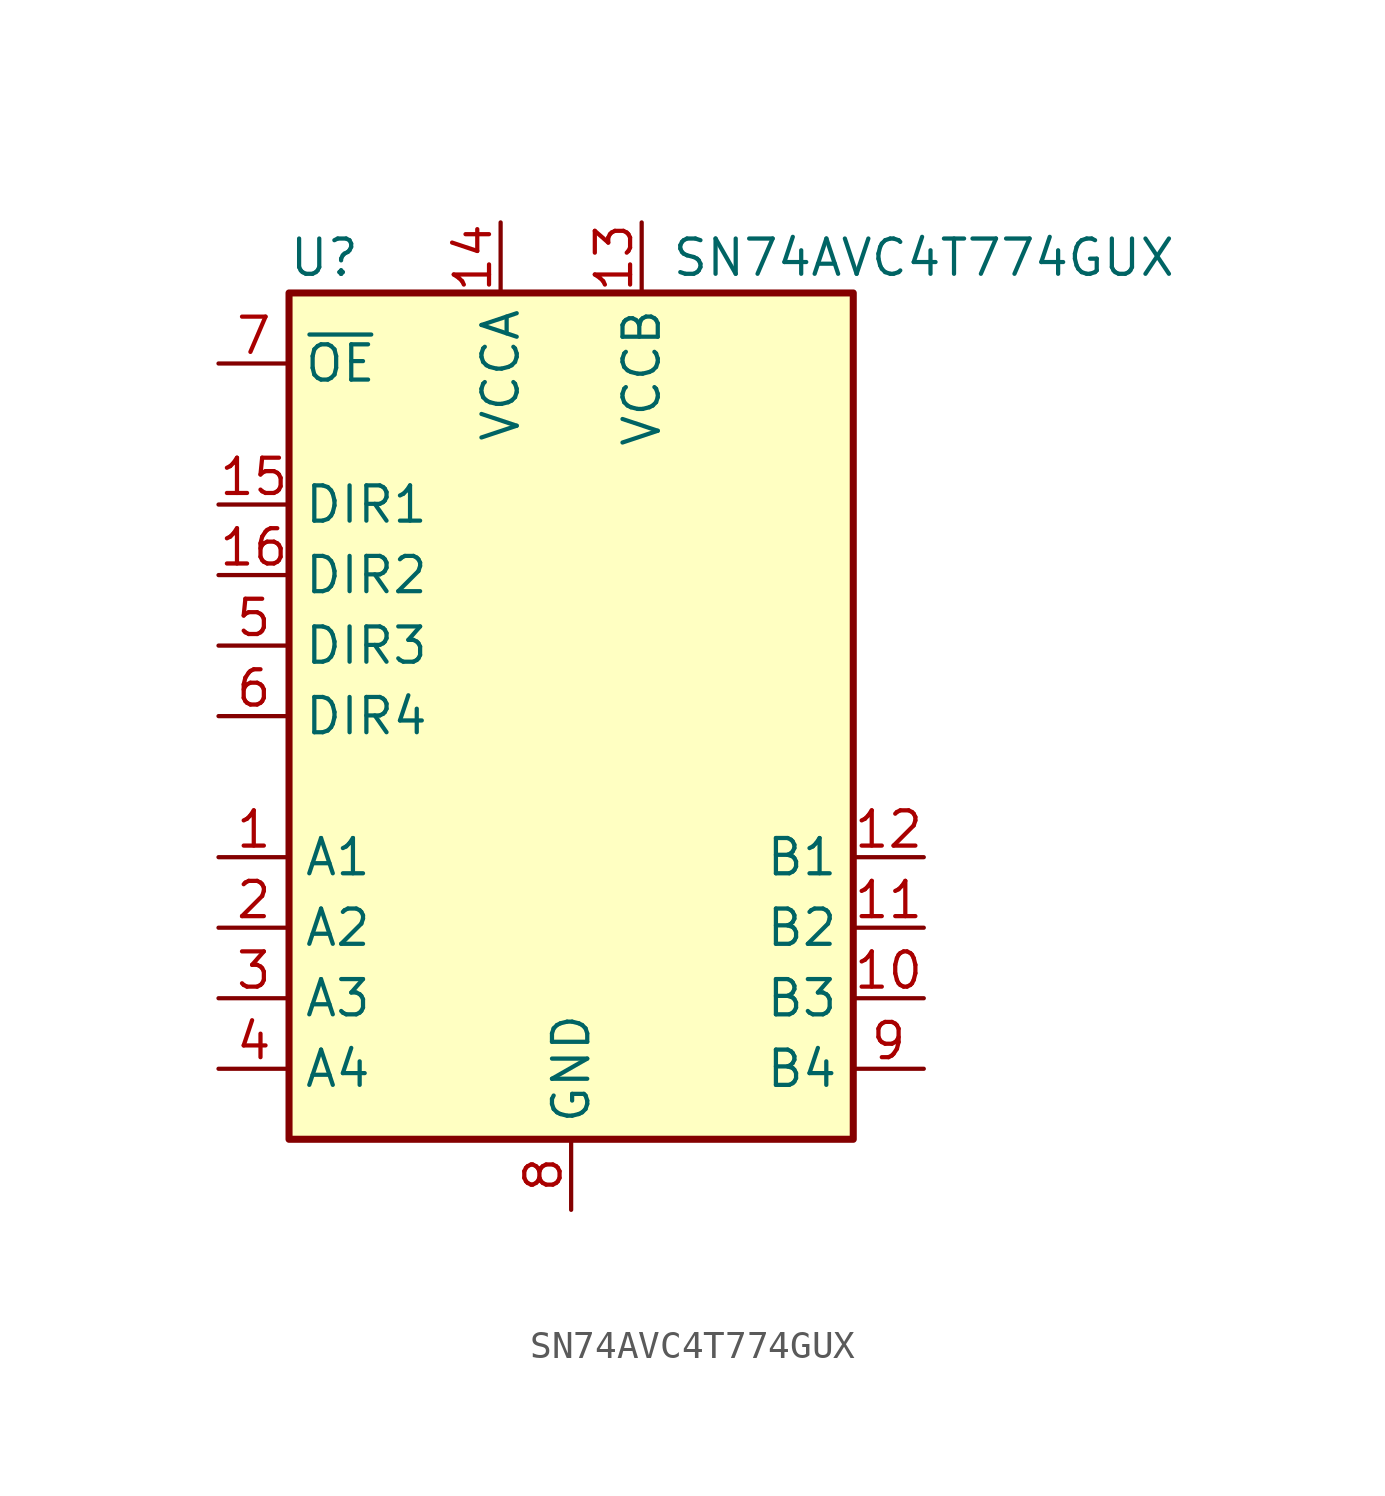
<source format=kicad_sym>
(kicad_symbol_lib
  (version 20211014)
  (generator kicad_symbol_editor)
  (symbol "SN74AVC4T774GUX"
    (property "Reference" "U"
      (at -8.89 19.05 0)
      (effects (font (size 1.27 1.27))))
    (property "Value" "SN74AVC4T774GUX"
      (at 12.7 19.05 0)
      (effects (font (size 1.27 1.27))))
    (symbol "SN74AVC4T774GUX_0_1"
      (rectangle (start -10.16 17.78) (end 10.16 -12.7) (stroke (width 0.254) (type default) (color 0 0 0 0)) (fill (type background))))
    (symbol "SN74AVC4T774GUX_1_1"
      (pin bidirectional line (at -12.7 -2.54 0) (length 2.54) (name "A1" (effects (font (size 1.27 1.27)))) (number "1" (effects (font (size 1.27 1.27)))))
      (pin bidirectional line (at 12.7 -7.62 180) (length 2.54) (name "B3" (effects (font (size 1.27 1.27)))) (number "10" (effects (font (size 1.27 1.27)))))
      (pin bidirectional line (at 12.7 -5.08 180) (length 2.54) (name "B2" (effects (font (size 1.27 1.27)))) (number "11" (effects (font (size 1.27 1.27)))))
      (pin bidirectional line (at 12.7 -2.54 180) (length 2.54) (name "B1" (effects (font (size 1.27 1.27)))) (number "12" (effects (font (size 1.27 1.27)))))
      (pin power_in line (at 2.54 20.32 270) (length 2.54) (name "VCCB" (effects (font (size 1.27 1.27)))) (number "13" (effects (font (size 1.27 1.27)))))
      (pin power_in line (at -2.54 20.32 270) (length 2.54) (name "VCCA" (effects (font (size 1.27 1.27)))) (number "14" (effects (font (size 1.27 1.27)))))
      (pin input line (at -12.7 10.16 0) (length 2.54) (name "DIR1" (effects (font (size 1.27 1.27)))) (number "15" (effects (font (size 1.27 1.27)))))
      (pin input line (at -12.7 7.62 0) (length 2.54) (name "DIR2" (effects (font (size 1.27 1.27)))) (number "16" (effects (font (size 1.27 1.27)))))
      (pin bidirectional line (at -12.7 -5.08 0) (length 2.54) (name "A2" (effects (font (size 1.27 1.27)))) (number "2" (effects (font (size 1.27 1.27)))))
      (pin bidirectional line (at -12.7 -7.62 0) (length 2.54) (name "A3" (effects (font (size 1.27 1.27)))) (number "3" (effects (font (size 1.27 1.27)))))
      (pin bidirectional line (at -12.7 -10.16 0) (length 2.54) (name "A4" (effects (font (size 1.27 1.27)))) (number "4" (effects (font (size 1.27 1.27)))))
      (pin input line (at -12.7 5.08 0) (length 2.54) (name "DIR3" (effects (font (size 1.27 1.27)))) (number "5" (effects (font (size 1.27 1.27)))))
      (pin input line (at -12.7 2.54 0) (length 2.54) (name "DIR4" (effects (font (size 1.27 1.27)))) (number "6" (effects (font (size 1.27 1.27)))))
      (pin input line (at -12.7 15.24 0) (length 2.54) (name "~{OE}" (effects (font (size 1.27 1.27)))) (number "7" (effects (font (size 1.27 1.27)))))
      (pin power_in line (at 0 -15.24 90) (length 2.54) (name "GND" (effects (font (size 1.27 1.27)))) (number "8" (effects (font (size 1.27 1.27)))))
      (pin bidirectional line (at 12.7 -10.16 180) (length 2.54) (name "B4" (effects (font (size 1.27 1.27)))) (number "9" (effects (font (size 1.27 1.27)))))
      (pin passive line (at 0 -15.24 90) (length 2.54) hide (name "GND" (effects (font (size 1.27 1.27)))) (number "9" (effects (font (size 1.27 1.27))))))))
</source>
